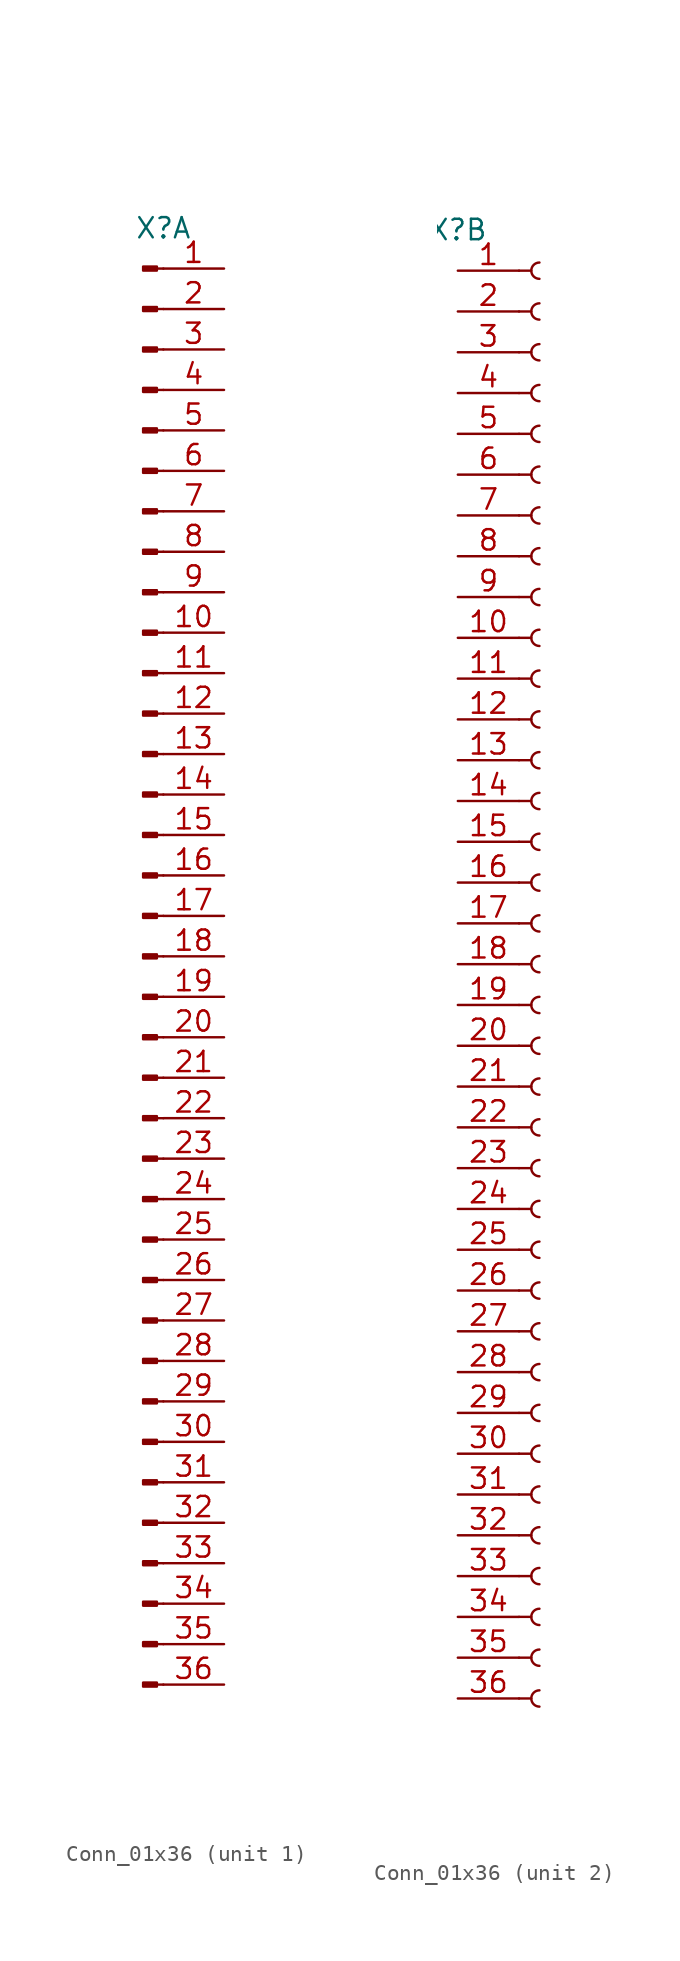
<source format=kicad_sym>
(kicad_symbol_lib
  (version 20241209)
  (generator "kicad_symbol_editor")
  (generator_version "9.0")
  (symbol "Conn_01x36"
    (pin_names
      (offset 1.016)
      (hide yes))
    (property "Reference" "X"
      (at 0 45.72 0)
      (effects (font (size 1.27 1.27))))
    (property "ki_locked" ""
      (at 0 0 0)
      (effects (font (size 1.27 1.27))))
    (symbol "Conn_01x36_1_1"
      (rectangle (start -0.406 43.307) (end -1.27 43.053) (stroke (width 0.152) (type default)) (fill (type outline)))
      (rectangle (start -0.406 40.767) (end -1.27 40.513) (stroke (width 0.152) (type default)) (fill (type outline)))
      (rectangle (start -0.406 38.227) (end -1.27 37.973) (stroke (width 0.152) (type default)) (fill (type outline)))
      (rectangle (start -0.406 35.687) (end -1.27 35.433) (stroke (width 0.152) (type default)) (fill (type outline)))
      (rectangle (start -0.406 33.147) (end -1.27 32.893) (stroke (width 0.152) (type default)) (fill (type outline)))
      (rectangle (start -0.406 30.607) (end -1.27 30.353) (stroke (width 0.152) (type default)) (fill (type outline)))
      (rectangle (start -0.406 28.067) (end -1.27 27.813) (stroke (width 0.152) (type default)) (fill (type outline)))
      (rectangle (start -0.406 25.527) (end -1.27 25.273) (stroke (width 0.152) (type default)) (fill (type outline)))
      (rectangle (start -0.406 22.987) (end -1.27 22.733) (stroke (width 0.152) (type default)) (fill (type outline)))
      (rectangle (start -0.406 20.447) (end -1.27 20.193) (stroke (width 0.152) (type default)) (fill (type outline)))
      (rectangle (start -0.406 17.907) (end -1.27 17.653) (stroke (width 0.152) (type default)) (fill (type outline)))
      (rectangle (start -0.406 15.367) (end -1.27 15.113) (stroke (width 0.152) (type default)) (fill (type outline)))
      (rectangle (start -0.406 12.827) (end -1.27 12.573) (stroke (width 0.152) (type default)) (fill (type outline)))
      (rectangle (start -0.406 10.287) (end -1.27 10.033) (stroke (width 0.152) (type default)) (fill (type outline)))
      (rectangle (start -0.406 7.747) (end -1.27 7.493) (stroke (width 0.152) (type default)) (fill (type outline)))
      (rectangle (start -0.406 5.207) (end -1.27 4.953) (stroke (width 0.152) (type default)) (fill (type outline)))
      (rectangle (start -0.406 2.667) (end -1.27 2.413) (stroke (width 0.152) (type default)) (fill (type outline)))
      (rectangle (start -0.406 0.127) (end -1.27 -0.127) (stroke (width 0.152) (type default)) (fill (type outline)))
      (rectangle (start -0.406 -2.413) (end -1.27 -2.667) (stroke (width 0.152) (type default)) (fill (type outline)))
      (rectangle (start -0.406 -4.953) (end -1.27 -5.207) (stroke (width 0.152) (type default)) (fill (type outline)))
      (rectangle (start -0.406 -7.493) (end -1.27 -7.747) (stroke (width 0.152) (type default)) (fill (type outline)))
      (rectangle (start -0.406 -10.033) (end -1.27 -10.287) (stroke (width 0.152) (type default)) (fill (type outline)))
      (rectangle (start -0.406 -12.573) (end -1.27 -12.827) (stroke (width 0.152) (type default)) (fill (type outline)))
      (rectangle (start -0.406 -15.113) (end -1.27 -15.367) (stroke (width 0.152) (type default)) (fill (type outline)))
      (rectangle (start -0.406 -17.653) (end -1.27 -17.907) (stroke (width 0.152) (type default)) (fill (type outline)))
      (rectangle (start -0.406 -20.193) (end -1.27 -20.447) (stroke (width 0.152) (type default)) (fill (type outline)))
      (rectangle (start -0.406 -22.733) (end -1.27 -22.987) (stroke (width 0.152) (type default)) (fill (type outline)))
      (rectangle (start -0.406 -25.273) (end -1.27 -25.527) (stroke (width 0.152) (type default)) (fill (type outline)))
      (rectangle (start -0.406 -27.813) (end -1.27 -28.067) (stroke (width 0.152) (type default)) (fill (type outline)))
      (rectangle (start -0.406 -30.353) (end -1.27 -30.607) (stroke (width 0.152) (type default)) (fill (type outline)))
      (rectangle (start -0.406 -32.893) (end -1.27 -33.147) (stroke (width 0.152) (type default)) (fill (type outline)))
      (rectangle (start -0.406 -35.433) (end -1.27 -35.687) (stroke (width 0.152) (type default)) (fill (type outline)))
      (rectangle (start -0.406 -37.973) (end -1.27 -38.227) (stroke (width 0.152) (type default)) (fill (type outline)))
      (rectangle (start -0.406 -40.513) (end -1.27 -40.767) (stroke (width 0.152) (type default)) (fill (type outline)))
      (rectangle (start -0.406 -43.053) (end -1.27 -43.307) (stroke (width 0.152) (type default)) (fill (type outline)))
      (rectangle (start -0.406 -45.593) (end -1.27 -45.847) (stroke (width 0.152) (type default)) (fill (type outline)))
      (polyline (pts (xy 0 43.18) (xy -0.406 43.18)) (stroke (width 0.152) (type default)) (fill (type none)))
      (polyline (pts (xy 0 40.64) (xy -0.406 40.64)) (stroke (width 0.152) (type default)) (fill (type none)))
      (polyline (pts (xy 0 38.1) (xy -0.406 38.1)) (stroke (width 0.152) (type default)) (fill (type none)))
      (polyline (pts (xy 0 35.56) (xy -0.406 35.56)) (stroke (width 0.152) (type default)) (fill (type none)))
      (polyline (pts (xy 0 33.02) (xy -0.406 33.02)) (stroke (width 0.152) (type default)) (fill (type none)))
      (polyline (pts (xy 0 30.48) (xy -0.406 30.48)) (stroke (width 0.152) (type default)) (fill (type none)))
      (polyline (pts (xy 0 27.94) (xy -0.406 27.94)) (stroke (width 0.152) (type default)) (fill (type none)))
      (polyline (pts (xy 0 25.4) (xy -0.406 25.4)) (stroke (width 0.152) (type default)) (fill (type none)))
      (polyline (pts (xy 0 22.86) (xy -0.406 22.86)) (stroke (width 0.152) (type default)) (fill (type none)))
      (polyline (pts (xy 0 20.32) (xy -0.406 20.32)) (stroke (width 0.152) (type default)) (fill (type none)))
      (polyline (pts (xy 0 17.78) (xy -0.406 17.78)) (stroke (width 0.152) (type default)) (fill (type none)))
      (polyline (pts (xy 0 15.24) (xy -0.406 15.24)) (stroke (width 0.152) (type default)) (fill (type none)))
      (polyline (pts (xy 0 12.7) (xy -0.406 12.7)) (stroke (width 0.152) (type default)) (fill (type none)))
      (polyline (pts (xy 0 10.16) (xy -0.406 10.16)) (stroke (width 0.152) (type default)) (fill (type none)))
      (polyline (pts (xy 0 7.62) (xy -0.406 7.62)) (stroke (width 0.152) (type default)) (fill (type none)))
      (polyline (pts (xy 0 5.08) (xy -0.406 5.08)) (stroke (width 0.152) (type default)) (fill (type none)))
      (polyline (pts (xy 0 2.54) (xy -0.406 2.54)) (stroke (width 0.152) (type default)) (fill (type none)))
      (polyline (pts (xy 0 0) (xy -0.406 0)) (stroke (width 0.152) (type default)) (fill (type none)))
      (polyline (pts (xy 0 -2.54) (xy -0.406 -2.54)) (stroke (width 0.152) (type default)) (fill (type none)))
      (polyline (pts (xy 0 -5.08) (xy -0.406 -5.08)) (stroke (width 0.152) (type default)) (fill (type none)))
      (polyline (pts (xy 0 -7.62) (xy -0.406 -7.62)) (stroke (width 0.152) (type default)) (fill (type none)))
      (polyline (pts (xy 0 -10.16) (xy -0.406 -10.16)) (stroke (width 0.152) (type default)) (fill (type none)))
      (polyline (pts (xy 0 -12.7) (xy -0.406 -12.7)) (stroke (width 0.152) (type default)) (fill (type none)))
      (polyline (pts (xy 0 -15.24) (xy -0.406 -15.24)) (stroke (width 0.152) (type default)) (fill (type none)))
      (polyline (pts (xy 0 -17.78) (xy -0.406 -17.78)) (stroke (width 0.152) (type default)) (fill (type none)))
      (polyline (pts (xy 0 -20.32) (xy -0.406 -20.32)) (stroke (width 0.152) (type default)) (fill (type none)))
      (polyline (pts (xy 0 -22.86) (xy -0.406 -22.86)) (stroke (width 0.152) (type default)) (fill (type none)))
      (polyline (pts (xy 0 -25.4) (xy -0.406 -25.4)) (stroke (width 0.152) (type default)) (fill (type none)))
      (polyline (pts (xy 0 -27.94) (xy -0.406 -27.94)) (stroke (width 0.152) (type default)) (fill (type none)))
      (polyline (pts (xy 0 -30.48) (xy -0.406 -30.48)) (stroke (width 0.152) (type default)) (fill (type none)))
      (polyline (pts (xy 0 -33.02) (xy -0.406 -33.02)) (stroke (width 0.152) (type default)) (fill (type none)))
      (polyline (pts (xy 0 -35.56) (xy -0.406 -35.56)) (stroke (width 0.152) (type default)) (fill (type none)))
      (polyline (pts (xy 0 -38.1) (xy -0.406 -38.1)) (stroke (width 0.152) (type default)) (fill (type none)))
      (polyline (pts (xy 0 -40.64) (xy -0.406 -40.64)) (stroke (width 0.152) (type default)) (fill (type none)))
      (polyline (pts (xy 0 -43.18) (xy -0.406 -43.18)) (stroke (width 0.152) (type default)) (fill (type none)))
      (polyline (pts (xy 0 -45.72) (xy -0.406 -45.72)) (stroke (width 0.152) (type default)) (fill (type none)))
      (pin passive line (at 3.81 43.18 180) (length 3.81) (name "Pin_1" (effects (font (size 1.27 1.27)))) (number "1" (effects (font (size 1.27 1.27)))))
      (pin passive line (at 3.81 40.64 180) (length 3.81) (name "Pin_2" (effects (font (size 1.27 1.27)))) (number "2" (effects (font (size 1.27 1.27)))))
      (pin passive line (at 3.81 38.1 180) (length 3.81) (name "Pin_3" (effects (font (size 1.27 1.27)))) (number "3" (effects (font (size 1.27 1.27)))))
      (pin passive line (at 3.81 35.56 180) (length 3.81) (name "Pin_4" (effects (font (size 1.27 1.27)))) (number "4" (effects (font (size 1.27 1.27)))))
      (pin passive line (at 3.81 33.02 180) (length 3.81) (name "Pin_5" (effects (font (size 1.27 1.27)))) (number "5" (effects (font (size 1.27 1.27)))))
      (pin passive line (at 3.81 30.48 180) (length 3.81) (name "Pin_6" (effects (font (size 1.27 1.27)))) (number "6" (effects (font (size 1.27 1.27)))))
      (pin passive line (at 3.81 27.94 180) (length 3.81) (name "Pin_7" (effects (font (size 1.27 1.27)))) (number "7" (effects (font (size 1.27 1.27)))))
      (pin passive line (at 3.81 25.4 180) (length 3.81) (name "Pin_8" (effects (font (size 1.27 1.27)))) (number "8" (effects (font (size 1.27 1.27)))))
      (pin passive line (at 3.81 22.86 180) (length 3.81) (name "Pin_9" (effects (font (size 1.27 1.27)))) (number "9" (effects (font (size 1.27 1.27)))))
      (pin passive line (at 3.81 20.32 180) (length 3.81) (name "Pin_10" (effects (font (size 1.27 1.27)))) (number "10" (effects (font (size 1.27 1.27)))))
      (pin passive line (at 3.81 17.78 180) (length 3.81) (name "Pin_11" (effects (font (size 1.27 1.27)))) (number "11" (effects (font (size 1.27 1.27)))))
      (pin passive line (at 3.81 15.24 180) (length 3.81) (name "Pin_12" (effects (font (size 1.27 1.27)))) (number "12" (effects (font (size 1.27 1.27)))))
      (pin passive line (at 3.81 12.7 180) (length 3.81) (name "Pin_13" (effects (font (size 1.27 1.27)))) (number "13" (effects (font (size 1.27 1.27)))))
      (pin passive line (at 3.81 10.16 180) (length 3.81) (name "Pin_14" (effects (font (size 1.27 1.27)))) (number "14" (effects (font (size 1.27 1.27)))))
      (pin passive line (at 3.81 7.62 180) (length 3.81) (name "Pin_15" (effects (font (size 1.27 1.27)))) (number "15" (effects (font (size 1.27 1.27)))))
      (pin passive line (at 3.81 5.08 180) (length 3.81) (name "Pin_16" (effects (font (size 1.27 1.27)))) (number "16" (effects (font (size 1.27 1.27)))))
      (pin passive line (at 3.81 2.54 180) (length 3.81) (name "Pin_17" (effects (font (size 1.27 1.27)))) (number "17" (effects (font (size 1.27 1.27)))))
      (pin passive line (at 3.81 0 180) (length 3.81) (name "Pin_18" (effects (font (size 1.27 1.27)))) (number "18" (effects (font (size 1.27 1.27)))))
      (pin passive line (at 3.81 -2.54 180) (length 3.81) (name "Pin_19" (effects (font (size 1.27 1.27)))) (number "19" (effects (font (size 1.27 1.27)))))
      (pin passive line (at 3.81 -5.08 180) (length 3.81) (name "Pin_20" (effects (font (size 1.27 1.27)))) (number "20" (effects (font (size 1.27 1.27)))))
      (pin passive line (at 3.81 -7.62 180) (length 3.81) (name "Pin_21" (effects (font (size 1.27 1.27)))) (number "21" (effects (font (size 1.27 1.27)))))
      (pin passive line (at 3.81 -10.16 180) (length 3.81) (name "Pin_22" (effects (font (size 1.27 1.27)))) (number "22" (effects (font (size 1.27 1.27)))))
      (pin passive line (at 3.81 -12.7 180) (length 3.81) (name "Pin_23" (effects (font (size 1.27 1.27)))) (number "23" (effects (font (size 1.27 1.27)))))
      (pin passive line (at 3.81 -15.24 180) (length 3.81) (name "Pin_24" (effects (font (size 1.27 1.27)))) (number "24" (effects (font (size 1.27 1.27)))))
      (pin passive line (at 3.81 -17.78 180) (length 3.81) (name "Pin_25" (effects (font (size 1.27 1.27)))) (number "25" (effects (font (size 1.27 1.27)))))
      (pin passive line (at 3.81 -20.32 180) (length 3.81) (name "Pin_26" (effects (font (size 1.27 1.27)))) (number "26" (effects (font (size 1.27 1.27)))))
      (pin passive line (at 3.81 -22.86 180) (length 3.81) (name "Pin_27" (effects (font (size 1.27 1.27)))) (number "27" (effects (font (size 1.27 1.27)))))
      (pin passive line (at 3.81 -25.4 180) (length 3.81) (name "Pin_28" (effects (font (size 1.27 1.27)))) (number "28" (effects (font (size 1.27 1.27)))))
      (pin passive line (at 3.81 -27.94 180) (length 3.81) (name "Pin_29" (effects (font (size 1.27 1.27)))) (number "29" (effects (font (size 1.27 1.27)))))
      (pin passive line (at 3.81 -30.48 180) (length 3.81) (name "Pin_30" (effects (font (size 1.27 1.27)))) (number "30" (effects (font (size 1.27 1.27)))))
      (pin passive line (at 3.81 -33.02 180) (length 3.81) (name "Pin_31" (effects (font (size 1.27 1.27)))) (number "31" (effects (font (size 1.27 1.27)))))
      (pin passive line (at 3.81 -35.56 180) (length 3.81) (name "Pin_32" (effects (font (size 1.27 1.27)))) (number "32" (effects (font (size 1.27 1.27)))))
      (pin passive line (at 3.81 -38.1 180) (length 3.81) (name "Pin_33" (effects (font (size 1.27 1.27)))) (number "33" (effects (font (size 1.27 1.27)))))
      (pin passive line (at 3.81 -40.64 180) (length 3.81) (name "Pin_34" (effects (font (size 1.27 1.27)))) (number "34" (effects (font (size 1.27 1.27)))))
      (pin passive line (at 3.81 -43.18 180) (length 3.81) (name "Pin_35" (effects (font (size 1.27 1.27)))) (number "35" (effects (font (size 1.27 1.27)))))
      (pin passive line (at 3.81 -45.72 180) (length 3.81) (name "Pin_36" (effects (font (size 1.27 1.27)))) (number "36" (effects (font (size 1.27 1.27))))))
    (symbol "Conn_01x36_2_1"
      (polyline (pts (xy 3.81 43.18) (xy 4.572 43.18)) (stroke (width 0.152) (type default)) (fill (type none)))
      (polyline (pts (xy 3.81 40.64) (xy 4.572 40.64)) (stroke (width 0.152) (type default)) (fill (type none)))
      (polyline (pts (xy 3.81 38.1) (xy 4.572 38.1)) (stroke (width 0.152) (type default)) (fill (type none)))
      (polyline (pts (xy 3.81 35.56) (xy 4.572 35.56)) (stroke (width 0.152) (type default)) (fill (type none)))
      (polyline (pts (xy 3.81 33.02) (xy 4.572 33.02)) (stroke (width 0.152) (type default)) (fill (type none)))
      (polyline (pts (xy 3.81 30.48) (xy 4.572 30.48)) (stroke (width 0.152) (type default)) (fill (type none)))
      (polyline (pts (xy 3.81 27.94) (xy 4.572 27.94)) (stroke (width 0.152) (type default)) (fill (type none)))
      (polyline (pts (xy 3.81 25.4) (xy 4.572 25.4)) (stroke (width 0.152) (type default)) (fill (type none)))
      (polyline (pts (xy 3.81 22.86) (xy 4.572 22.86)) (stroke (width 0.152) (type default)) (fill (type none)))
      (polyline (pts (xy 3.81 20.32) (xy 4.572 20.32)) (stroke (width 0.152) (type default)) (fill (type none)))
      (polyline (pts (xy 3.81 17.78) (xy 4.572 17.78)) (stroke (width 0.152) (type default)) (fill (type none)))
      (polyline (pts (xy 3.81 15.24) (xy 4.572 15.24)) (stroke (width 0.152) (type default)) (fill (type none)))
      (polyline (pts (xy 3.81 12.7) (xy 4.572 12.7)) (stroke (width 0.152) (type default)) (fill (type none)))
      (polyline (pts (xy 3.81 10.16) (xy 4.572 10.16)) (stroke (width 0.152) (type default)) (fill (type none)))
      (polyline (pts (xy 3.81 7.62) (xy 4.572 7.62)) (stroke (width 0.152) (type default)) (fill (type none)))
      (polyline (pts (xy 3.81 5.08) (xy 4.572 5.08)) (stroke (width 0.152) (type default)) (fill (type none)))
      (polyline (pts (xy 3.81 2.54) (xy 4.572 2.54)) (stroke (width 0.152) (type default)) (fill (type none)))
      (polyline (pts (xy 3.81 0) (xy 4.572 0)) (stroke (width 0.152) (type default)) (fill (type none)))
      (polyline (pts (xy 3.81 -2.54) (xy 4.572 -2.54)) (stroke (width 0.152) (type default)) (fill (type none)))
      (polyline (pts (xy 3.81 -5.08) (xy 4.572 -5.08)) (stroke (width 0.152) (type default)) (fill (type none)))
      (polyline (pts (xy 3.81 -7.62) (xy 4.572 -7.62)) (stroke (width 0.152) (type default)) (fill (type none)))
      (polyline (pts (xy 3.81 -10.16) (xy 4.572 -10.16)) (stroke (width 0.152) (type default)) (fill (type none)))
      (polyline (pts (xy 3.81 -12.7) (xy 4.572 -12.7)) (stroke (width 0.152) (type default)) (fill (type none)))
      (polyline (pts (xy 3.81 -15.24) (xy 4.572 -15.24)) (stroke (width 0.152) (type default)) (fill (type none)))
      (polyline (pts (xy 3.81 -17.78) (xy 4.572 -17.78)) (stroke (width 0.152) (type default)) (fill (type none)))
      (polyline (pts (xy 3.81 -20.32) (xy 4.572 -20.32)) (stroke (width 0.152) (type default)) (fill (type none)))
      (polyline (pts (xy 3.81 -22.86) (xy 4.572 -22.86)) (stroke (width 0.152) (type default)) (fill (type none)))
      (polyline (pts (xy 3.81 -25.4) (xy 4.572 -25.4)) (stroke (width 0.152) (type default)) (fill (type none)))
      (polyline (pts (xy 3.81 -27.94) (xy 4.572 -27.94)) (stroke (width 0.152) (type default)) (fill (type none)))
      (polyline (pts (xy 3.81 -30.48) (xy 4.572 -30.48)) (stroke (width 0.152) (type default)) (fill (type none)))
      (polyline (pts (xy 3.81 -33.02) (xy 4.572 -33.02)) (stroke (width 0.152) (type default)) (fill (type none)))
      (polyline (pts (xy 3.81 -35.56) (xy 4.572 -35.56)) (stroke (width 0.152) (type default)) (fill (type none)))
      (polyline (pts (xy 3.81 -38.1) (xy 4.572 -38.1)) (stroke (width 0.152) (type default)) (fill (type none)))
      (polyline (pts (xy 3.81 -40.64) (xy 4.572 -40.64)) (stroke (width 0.152) (type default)) (fill (type none)))
      (polyline (pts (xy 3.81 -43.18) (xy 4.572 -43.18)) (stroke (width 0.152) (type default)) (fill (type none)))
      (polyline (pts (xy 3.81 -45.72) (xy 4.572 -45.72)) (stroke (width 0.152) (type default)) (fill (type none)))
      (arc (start 5.08 42.672) (mid 4.5742 43.18) (end 5.08 43.688) (stroke (width 0.1524) (type default)) (fill (type none)))
      (arc (start 5.08 40.132) (mid 4.5742 40.64) (end 5.08 41.148) (stroke (width 0.1524) (type default)) (fill (type none)))
      (arc (start 5.08 37.592) (mid 4.5742 38.1) (end 5.08 38.608) (stroke (width 0.1524) (type default)) (fill (type none)))
      (arc (start 5.08 35.052) (mid 4.5742 35.56) (end 5.08 36.068) (stroke (width 0.1524) (type default)) (fill (type none)))
      (arc (start 5.08 32.512) (mid 4.5742 33.02) (end 5.08 33.528) (stroke (width 0.1524) (type default)) (fill (type none)))
      (arc (start 5.08 29.972) (mid 4.5742 30.48) (end 5.08 30.988) (stroke (width 0.1524) (type default)) (fill (type none)))
      (arc (start 5.08 27.432) (mid 4.5742 27.94) (end 5.08 28.448) (stroke (width 0.1524) (type default)) (fill (type none)))
      (arc (start 5.08 24.892) (mid 4.5742 25.4) (end 5.08 25.908) (stroke (width 0.1524) (type default)) (fill (type none)))
      (arc (start 5.08 22.352) (mid 4.5742 22.86) (end 5.08 23.368) (stroke (width 0.1524) (type default)) (fill (type none)))
      (arc (start 5.08 19.812) (mid 4.5742 20.32) (end 5.08 20.828) (stroke (width 0.1524) (type default)) (fill (type none)))
      (arc (start 5.08 17.272) (mid 4.5742 17.78) (end 5.08 18.288) (stroke (width 0.1524) (type default)) (fill (type none)))
      (arc (start 5.08 14.732) (mid 4.5742 15.24) (end 5.08 15.748) (stroke (width 0.1524) (type default)) (fill (type none)))
      (arc (start 5.08 12.192) (mid 4.5742 12.7) (end 5.08 13.208) (stroke (width 0.1524) (type default)) (fill (type none)))
      (arc (start 5.08 9.652) (mid 4.5742 10.16) (end 5.08 10.668) (stroke (width 0.1524) (type default)) (fill (type none)))
      (arc (start 5.08 7.112) (mid 4.5742 7.62) (end 5.08 8.128) (stroke (width 0.1524) (type default)) (fill (type none)))
      (arc (start 5.08 4.572) (mid 4.5742 5.08) (end 5.08 5.588) (stroke (width 0.1524) (type default)) (fill (type none)))
      (arc (start 5.08 2.032) (mid 4.5742 2.54) (end 5.08 3.048) (stroke (width 0.1524) (type default)) (fill (type none)))
      (arc (start 5.08 -0.508) (mid 4.5742 0) (end 5.08 0.508) (stroke (width 0.1524) (type default)) (fill (type none)))
      (arc (start 5.08 -3.048) (mid 4.5742 -2.54) (end 5.08 -2.032) (stroke (width 0.1524) (type default)) (fill (type none)))
      (arc (start 5.08 -5.588) (mid 4.5742 -5.08) (end 5.08 -4.572) (stroke (width 0.1524) (type default)) (fill (type none)))
      (arc (start 5.08 -8.128) (mid 4.5742 -7.62) (end 5.08 -7.112) (stroke (width 0.1524) (type default)) (fill (type none)))
      (arc (start 5.08 -10.668) (mid 4.5742 -10.16) (end 5.08 -9.652) (stroke (width 0.1524) (type default)) (fill (type none)))
      (arc (start 5.08 -13.208) (mid 4.5742 -12.7) (end 5.08 -12.192) (stroke (width 0.1524) (type default)) (fill (type none)))
      (arc (start 5.08 -15.748) (mid 4.5742 -15.24) (end 5.08 -14.732) (stroke (width 0.1524) (type default)) (fill (type none)))
      (arc (start 5.08 -18.288) (mid 4.5742 -17.78) (end 5.08 -17.272) (stroke (width 0.1524) (type default)) (fill (type none)))
      (arc (start 5.08 -20.828) (mid 4.5742 -20.32) (end 5.08 -19.812) (stroke (width 0.1524) (type default)) (fill (type none)))
      (arc (start 5.08 -23.368) (mid 4.5742 -22.86) (end 5.08 -22.352) (stroke (width 0.1524) (type default)) (fill (type none)))
      (arc (start 5.08 -25.908) (mid 4.5742 -25.4) (end 5.08 -24.892) (stroke (width 0.1524) (type default)) (fill (type none)))
      (arc (start 5.08 -28.448) (mid 4.5742 -27.94) (end 5.08 -27.432) (stroke (width 0.1524) (type default)) (fill (type none)))
      (arc (start 5.08 -30.988) (mid 4.5742 -30.48) (end 5.08 -29.972) (stroke (width 0.1524) (type default)) (fill (type none)))
      (arc (start 5.08 -33.528) (mid 4.5742 -33.02) (end 5.08 -32.512) (stroke (width 0.1524) (type default)) (fill (type none)))
      (arc (start 5.08 -36.068) (mid 4.5742 -35.56) (end 5.08 -35.052) (stroke (width 0.1524) (type default)) (fill (type none)))
      (arc (start 5.08 -38.608) (mid 4.5742 -38.1) (end 5.08 -37.592) (stroke (width 0.1524) (type default)) (fill (type none)))
      (arc (start 5.08 -41.148) (mid 4.5742 -40.64) (end 5.08 -40.132) (stroke (width 0.1524) (type default)) (fill (type none)))
      (arc (start 5.08 -43.688) (mid 4.5742 -43.18) (end 5.08 -42.672) (stroke (width 0.1524) (type default)) (fill (type none)))
      (arc (start 5.08 -46.228) (mid 4.5742 -45.72) (end 5.08 -45.212) (stroke (width 0.1524) (type default)) (fill (type none)))
      (pin passive line (at 0 43.18 0) (length 3.81) (name "Pin_1" (effects (font (size 1.27 1.27)))) (number "1" (effects (font (size 1.27 1.27)))))
      (pin passive line (at 0 40.64 0) (length 3.81) (name "Pin_2" (effects (font (size 1.27 1.27)))) (number "2" (effects (font (size 1.27 1.27)))))
      (pin passive line (at 0 38.1 0) (length 3.81) (name "Pin_3" (effects (font (size 1.27 1.27)))) (number "3" (effects (font (size 1.27 1.27)))))
      (pin passive line (at 0 35.56 0) (length 3.81) (name "Pin_4" (effects (font (size 1.27 1.27)))) (number "4" (effects (font (size 1.27 1.27)))))
      (pin passive line (at 0 33.02 0) (length 3.81) (name "Pin_5" (effects (font (size 1.27 1.27)))) (number "5" (effects (font (size 1.27 1.27)))))
      (pin passive line (at 0 30.48 0) (length 3.81) (name "Pin_6" (effects (font (size 1.27 1.27)))) (number "6" (effects (font (size 1.27 1.27)))))
      (pin passive line (at 0 27.94 0) (length 3.81) (name "Pin_7" (effects (font (size 1.27 1.27)))) (number "7" (effects (font (size 1.27 1.27)))))
      (pin passive line (at 0 25.4 0) (length 3.81) (name "Pin_8" (effects (font (size 1.27 1.27)))) (number "8" (effects (font (size 1.27 1.27)))))
      (pin passive line (at 0 22.86 0) (length 3.81) (name "Pin_9" (effects (font (size 1.27 1.27)))) (number "9" (effects (font (size 1.27 1.27)))))
      (pin passive line (at 0 20.32 0) (length 3.81) (name "Pin_10" (effects (font (size 1.27 1.27)))) (number "10" (effects (font (size 1.27 1.27)))))
      (pin passive line (at 0 17.78 0) (length 3.81) (name "Pin_11" (effects (font (size 1.27 1.27)))) (number "11" (effects (font (size 1.27 1.27)))))
      (pin passive line (at 0 15.24 0) (length 3.81) (name "Pin_12" (effects (font (size 1.27 1.27)))) (number "12" (effects (font (size 1.27 1.27)))))
      (pin passive line (at 0 12.7 0) (length 3.81) (name "Pin_13" (effects (font (size 1.27 1.27)))) (number "13" (effects (font (size 1.27 1.27)))))
      (pin passive line (at 0 10.16 0) (length 3.81) (name "Pin_14" (effects (font (size 1.27 1.27)))) (number "14" (effects (font (size 1.27 1.27)))))
      (pin passive line (at 0 7.62 0) (length 3.81) (name "Pin_15" (effects (font (size 1.27 1.27)))) (number "15" (effects (font (size 1.27 1.27)))))
      (pin passive line (at 0 5.08 0) (length 3.81) (name "Pin_16" (effects (font (size 1.27 1.27)))) (number "16" (effects (font (size 1.27 1.27)))))
      (pin passive line (at 0 2.54 0) (length 3.81) (name "Pin_17" (effects (font (size 1.27 1.27)))) (number "17" (effects (font (size 1.27 1.27)))))
      (pin passive line (at 0 0 0) (length 3.81) (name "Pin_18" (effects (font (size 1.27 1.27)))) (number "18" (effects (font (size 1.27 1.27)))))
      (pin passive line (at 0 -2.54 0) (length 3.81) (name "Pin_19" (effects (font (size 1.27 1.27)))) (number "19" (effects (font (size 1.27 1.27)))))
      (pin passive line (at 0 -5.08 0) (length 3.81) (name "Pin_20" (effects (font (size 1.27 1.27)))) (number "20" (effects (font (size 1.27 1.27)))))
      (pin passive line (at 0 -7.62 0) (length 3.81) (name "Pin_21" (effects (font (size 1.27 1.27)))) (number "21" (effects (font (size 1.27 1.27)))))
      (pin passive line (at 0 -10.16 0) (length 3.81) (name "Pin_22" (effects (font (size 1.27 1.27)))) (number "22" (effects (font (size 1.27 1.27)))))
      (pin passive line (at 0 -12.7 0) (length 3.81) (name "Pin_23" (effects (font (size 1.27 1.27)))) (number "23" (effects (font (size 1.27 1.27)))))
      (pin passive line (at 0 -15.24 0) (length 3.81) (name "Pin_24" (effects (font (size 1.27 1.27)))) (number "24" (effects (font (size 1.27 1.27)))))
      (pin passive line (at 0 -17.78 0) (length 3.81) (name "Pin_25" (effects (font (size 1.27 1.27)))) (number "25" (effects (font (size 1.27 1.27)))))
      (pin passive line (at 0 -20.32 0) (length 3.81) (name "Pin_26" (effects (font (size 1.27 1.27)))) (number "26" (effects (font (size 1.27 1.27)))))
      (pin passive line (at 0 -22.86 0) (length 3.81) (name "Pin_27" (effects (font (size 1.27 1.27)))) (number "27" (effects (font (size 1.27 1.27)))))
      (pin passive line (at 0 -25.4 0) (length 3.81) (name "Pin_28" (effects (font (size 1.27 1.27)))) (number "28" (effects (font (size 1.27 1.27)))))
      (pin passive line (at 0 -27.94 0) (length 3.81) (name "Pin_29" (effects (font (size 1.27 1.27)))) (number "29" (effects (font (size 1.27 1.27)))))
      (pin passive line (at 0 -30.48 0) (length 3.81) (name "Pin_30" (effects (font (size 1.27 1.27)))) (number "30" (effects (font (size 1.27 1.27)))))
      (pin passive line (at 0 -33.02 0) (length 3.81) (name "Pin_31" (effects (font (size 1.27 1.27)))) (number "31" (effects (font (size 1.27 1.27)))))
      (pin passive line (at 0 -35.56 0) (length 3.81) (name "Pin_32" (effects (font (size 1.27 1.27)))) (number "32" (effects (font (size 1.27 1.27)))))
      (pin passive line (at 0 -38.1 0) (length 3.81) (name "Pin_33" (effects (font (size 1.27 1.27)))) (number "33" (effects (font (size 1.27 1.27)))))
      (pin passive line (at 0 -40.64 0) (length 3.81) (name "Pin_34" (effects (font (size 1.27 1.27)))) (number "34" (effects (font (size 1.27 1.27)))))
      (pin passive line (at 0 -43.18 0) (length 3.81) (name "Pin_35" (effects (font (size 1.27 1.27)))) (number "35" (effects (font (size 1.27 1.27)))))
      (pin passive line (at 0 -45.72 0) (length 3.81) (name "Pin_36" (effects (font (size 1.27 1.27)))) (number "36" (effects (font (size 1.27 1.27))))))))
</source>
